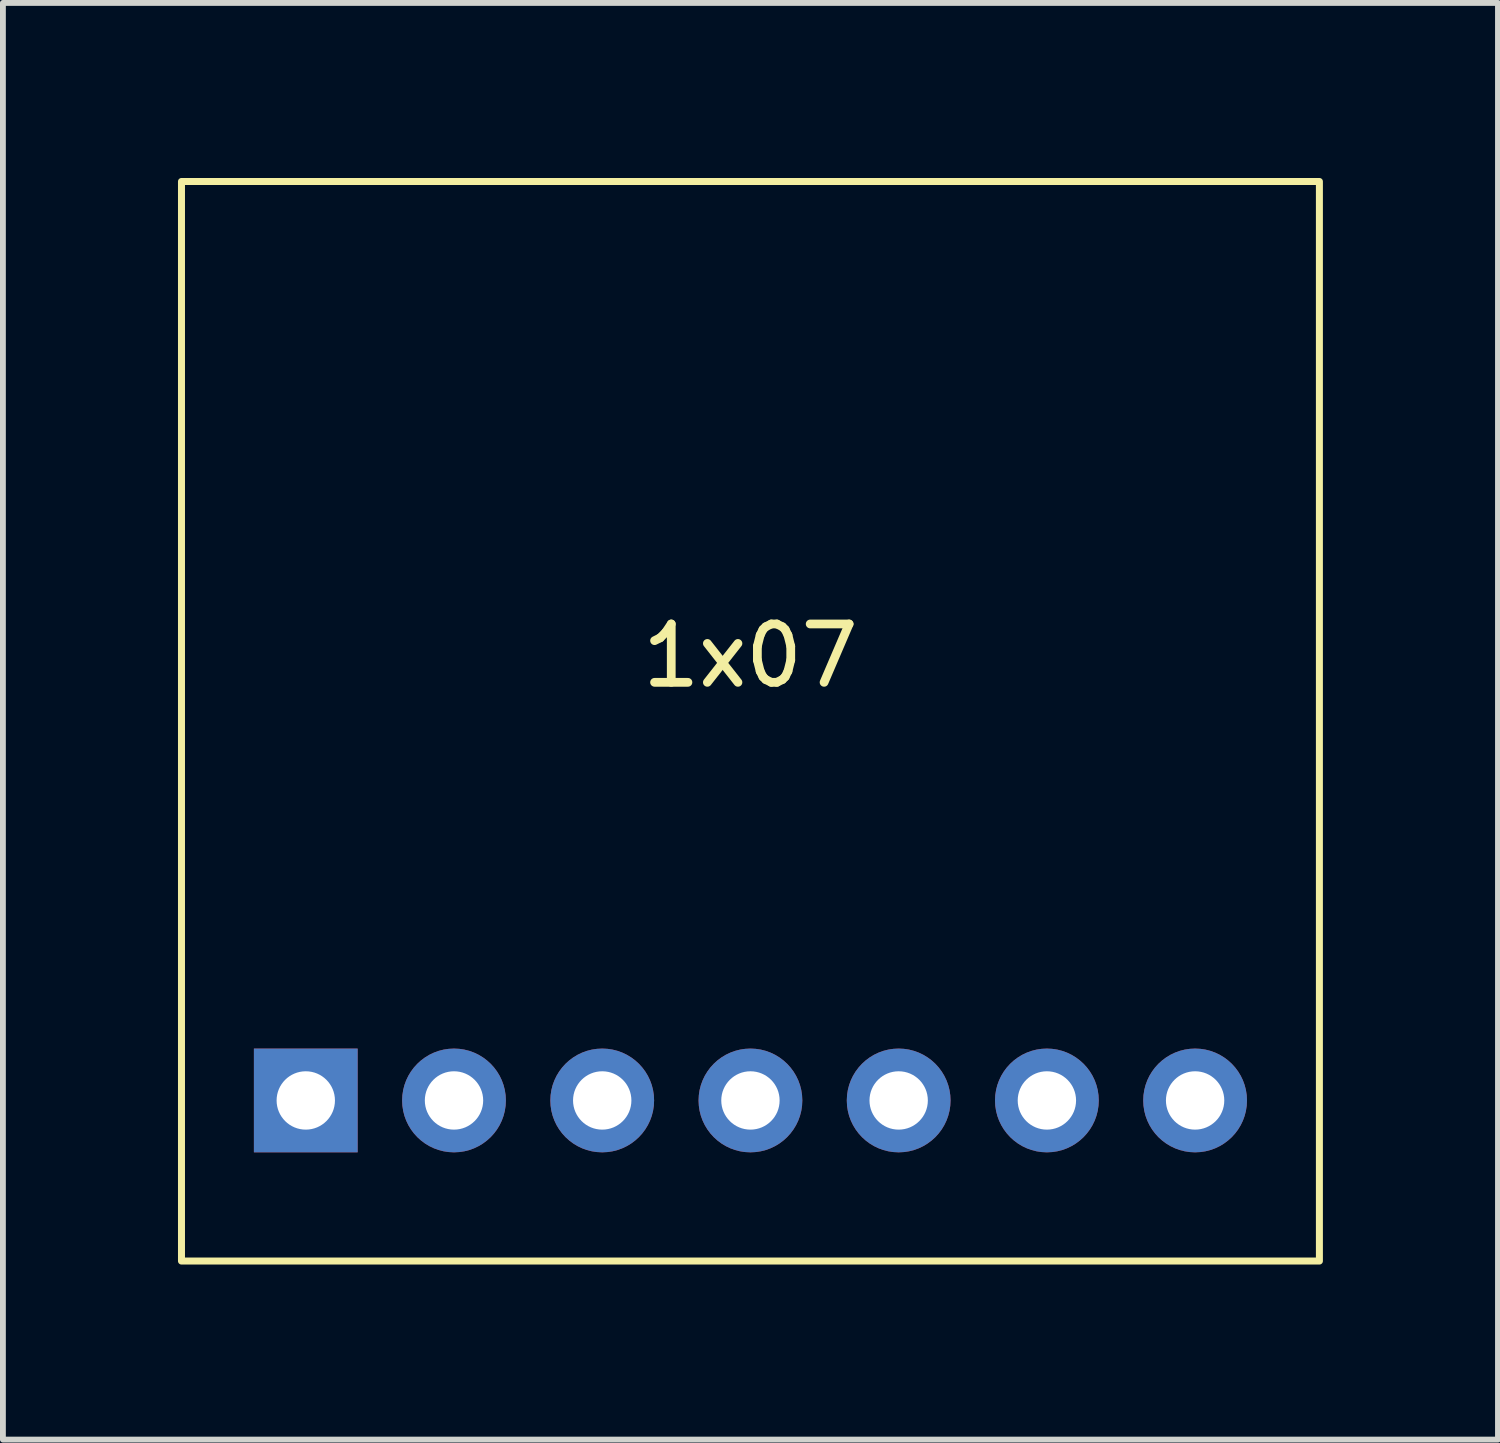
<source format=kicad_pcb>
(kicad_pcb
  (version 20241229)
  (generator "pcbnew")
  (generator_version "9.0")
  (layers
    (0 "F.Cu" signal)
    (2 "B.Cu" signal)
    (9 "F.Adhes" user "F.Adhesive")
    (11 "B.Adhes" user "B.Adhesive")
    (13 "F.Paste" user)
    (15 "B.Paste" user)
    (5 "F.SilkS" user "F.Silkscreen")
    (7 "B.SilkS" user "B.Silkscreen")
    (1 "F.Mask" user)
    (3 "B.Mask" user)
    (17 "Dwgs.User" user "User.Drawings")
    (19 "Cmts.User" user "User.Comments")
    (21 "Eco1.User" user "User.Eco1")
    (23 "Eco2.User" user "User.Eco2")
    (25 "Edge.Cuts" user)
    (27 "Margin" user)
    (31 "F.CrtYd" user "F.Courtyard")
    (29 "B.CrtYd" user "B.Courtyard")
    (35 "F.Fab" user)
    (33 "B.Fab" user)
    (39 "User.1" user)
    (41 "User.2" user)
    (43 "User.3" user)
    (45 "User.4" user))
  (footprint "1x07"
    (layer "F.Cu")
    (at 9.81 13.268)
    (property "Reference" "1x07" (at 0 -5.08 0) (layer "F.SilkS") (effects (font (size 1 1) (thickness 0.15))))
    (attr through_hole)
    (fp_rect (start -9.75 5.292) (end 9.75 -13.208) (stroke (width 0.12) (type solid)) (fill no) (layer "F.SilkS"))
    (pad "1" thru_hole rect (at -7.62 2.54 90) (size 1.778 1.778) (drill 1) (layers "*.Cu" "*.Mask"))
    (pad "2" thru_hole circle (at -5.08 2.54) (size 1.778 1.778) (drill 1) (layers "*.Cu" "*.Mask"))
    (pad "3" thru_hole circle (at -2.54 2.54) (size 1.778 1.778) (drill 1) (layers "*.Cu" "*.Mask"))
    (pad "4" thru_hole circle (at 0 2.54) (size 1.778 1.778) (drill 1) (layers "*.Cu" "*.Mask"))
    (pad "5" thru_hole circle (at 2.54 2.54) (size 1.778 1.778) (drill 1) (layers "*.Cu" "*.Mask"))
    (pad "6" thru_hole circle (at 5.08 2.54) (size 1.778 1.778) (drill 1) (layers "*.Cu" "*.Mask"))
    (pad "7" thru_hole circle (at 7.62 2.54) (size 1.778 1.778) (drill 1) (layers "*.Cu" "*.Mask")))
  (gr_rect
    (start -3 -3)
    (end 22.62 21.62)
    (stroke (width 0.1) (type default))
    (fill no)
    (layer "Edge.Cuts")))
</source>
